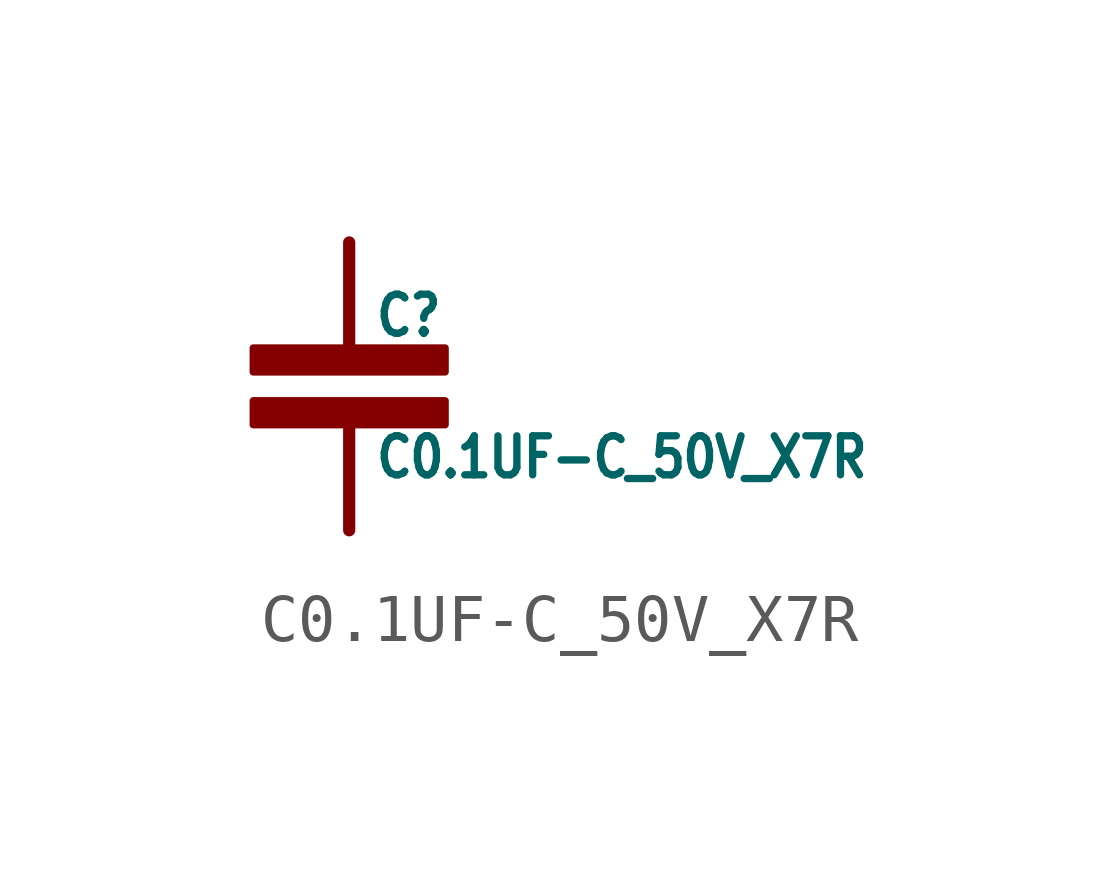
<source format=kicad_sym>
(kicad_symbol_lib
  (version 20211014)
  (generator kicad_symbol_editor)
  (symbol "C0.1UF-C_50V_X7R"
    (property "Reference" "C"
      (at 0.5 1 0)
      (effects (font (size 0.813 0.691)) (justify left bottom)))
    (property "Value" "C0.1UF-C_50V_X7R"
      (at 0.5 -1 0)
      (effects (font (size 0.813 0.691)) (justify left top)))
    (property "ki_locked" ""
      (at 0 0 0)
      (effects (font (size 1.27 1.27))))
    (symbol "C0.1UF-C_50V_X7R_1_0"
      (rectangle (start -2 -0.8) (end 2 -0.3) (stroke (width 0) (type default) (color 0 0 0 0)) (fill (type outline)))
      (rectangle (start -2 0.3) (end 2 0.8) (stroke (width 0) (type default) (color 0 0 0 0)) (fill (type outline)))
      (polyline (pts (xy 0 -0.5) (xy 0 -3)) (stroke (width 0.254) (type default) (color 0 0 0 0)) (fill (type none)))
      (polyline (pts (xy 0 0.5) (xy 0 3)) (stroke (width 0.254) (type default) (color 0 0 0 0)) (fill (type none)))
      (pin bidirectional line (at 0 3 0) (length 0) (name "P$1" (effects (font (size 0 0)))) (number "1" (effects (font (size 0 0)))))
      (pin bidirectional line (at 0 -3 0) (length 0) (name "P$2" (effects (font (size 0 0)))) (number "2" (effects (font (size 0 0))))))))
</source>
